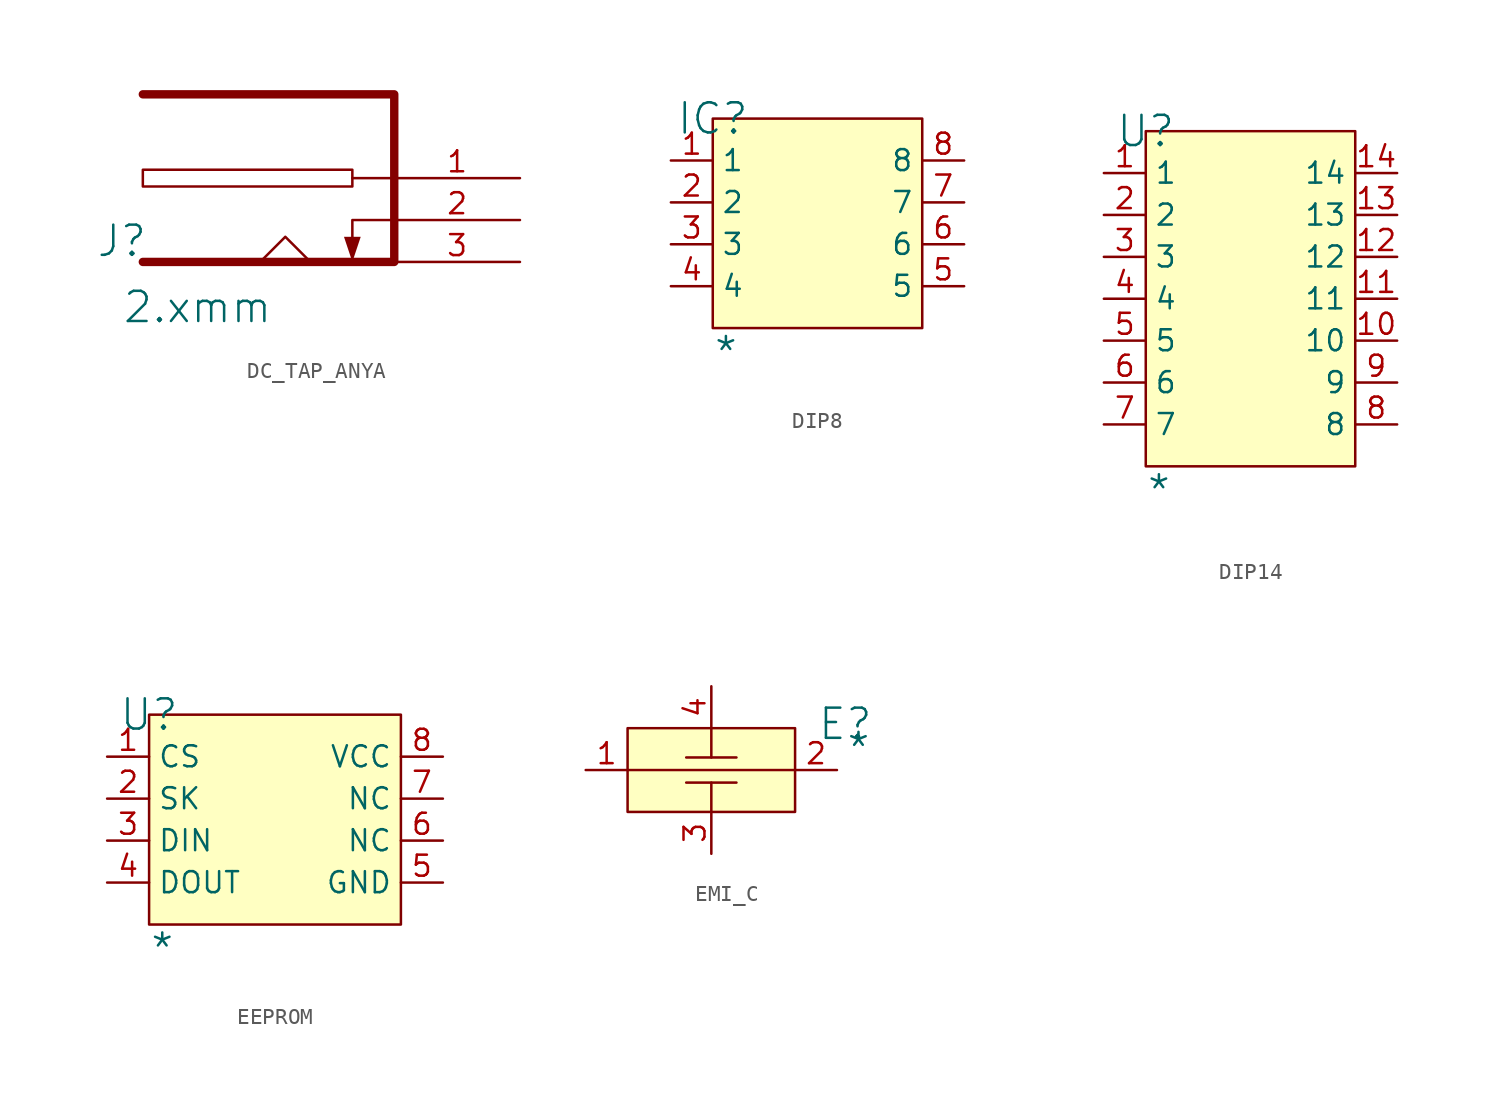
<source format=kicad_sym>
(kicad_symbol_lib
  (version 20241209)
  (generator "kicad_symbol_editor")
  (generator_version "9.0")
  (symbol "DC_TAP_ANYA"
    (pin_names
      (hide yes))
    (property "Reference" "J"
      (at -1.27 1.27 0)
      (effects (font (size 1.829 1.829))))
    (property "Value" "2.xmm"
      (at -1.27 -3.81 0)
      (effects (font (size 1.829 1.829)) (justify left bottom)))
    (symbol "DC_TAP_ANYA_1_0"
      (polyline (pts (xy 0 0) (xy 15.24 0) (xy 15.24 10.16) (xy 0 10.16)) (stroke (width 0.508) (type solid)) (fill (type none)))
      (polyline (pts (xy 10.16 0) (xy 8.636 1.524) (xy 7.112 0)) (stroke (width 0) (type solid)) (fill (type none)))
      (polyline (pts (xy 12.7 4.572) (xy 0 4.572) (xy 0 5.588) (xy 12.7 5.588) (xy 12.7 4.572)) (stroke (width 0) (type solid)) (fill (type none)))
      (polyline (pts (xy 12.7 0) (xy 13.208 1.524) (xy 12.192 1.524) (xy 12.7 0)) (stroke (width -0.0001) (type solid)) (fill (type outline)))
      (polyline (pts (xy 15.24 5.08) (xy 12.7 5.08)) (stroke (width 0) (type solid)) (fill (type none)))
      (polyline (pts (xy 15.24 2.54) (xy 12.7 2.54) (xy 12.7 0.508)) (stroke (width 0) (type solid)) (fill (type none)))
      (pin power_in line (at 22.86 5.08 180) (length 7.62) (name "9V" (effects (font (size 1.27 1.27)))) (number "1" (effects (font (size 1.27 1.27)))))
      (pin power_in line (at 22.86 2.54 180) (length 7.62) (name "GND" (effects (font (size 1.27 1.27)))) (number "2" (effects (font (size 1.27 1.27)))))
      (pin power_in line (at 22.86 0 180) (length 7.62) (name "GND" (effects (font (size 1.27 1.27)))) (number "3" (effects (font (size 1.27 1.27)))))))
  (symbol "DIP8"
    (property "Reference" "IC"
      (at 0 0 0)
      (effects (font (size 1.829 1.829))))
    (property "Value" "*"
      (at 0 -15.24 0)
      (effects (font (size 1.829 1.829)) (justify left bottom)))
    (symbol "DIP8_1_0"
      (rectangle (start 12.7 0) (end 0 -12.7) (stroke (width 0) (type solid) (color 128 0 0 1)) (fill (type background)))
      (pin passive line (at -2.54 -2.54 0) (length 2.54) (name "1" (effects (font (size 1.27 1.27)))) (number "1" (effects (font (size 1.27 1.27)))))
      (pin passive line (at -2.54 -5.08 0) (length 2.54) (name "2" (effects (font (size 1.27 1.27)))) (number "2" (effects (font (size 1.27 1.27)))))
      (pin passive line (at -2.54 -7.62 0) (length 2.54) (name "3" (effects (font (size 1.27 1.27)))) (number "3" (effects (font (size 1.27 1.27)))))
      (pin passive line (at -2.54 -10.16 0) (length 2.54) (name "4" (effects (font (size 1.27 1.27)))) (number "4" (effects (font (size 1.27 1.27)))))
      (pin passive line (at 15.24 -2.54 180) (length 2.54) (name "8" (effects (font (size 1.27 1.27)))) (number "8" (effects (font (size 1.27 1.27)))))
      (pin passive line (at 15.24 -5.08 180) (length 2.54) (name "7" (effects (font (size 1.27 1.27)))) (number "7" (effects (font (size 1.27 1.27)))))
      (pin passive line (at 15.24 -7.62 180) (length 2.54) (name "6" (effects (font (size 1.27 1.27)))) (number "6" (effects (font (size 1.27 1.27)))))
      (pin passive line (at 15.24 -10.16 180) (length 2.54) (name "5" (effects (font (size 1.27 1.27)))) (number "5" (effects (font (size 1.27 1.27)))))))
  (symbol "DIP14"
    (property "Reference" "U"
      (at 0 0 0)
      (effects (font (size 1.829 1.829))))
    (property "Value" "*"
      (at 0 -22.86 0)
      (effects (font (size 1.829 1.829)) (justify left bottom)))
    (symbol "DIP14_1_0"
      (rectangle (start 12.7 0) (end 0 -20.32) (stroke (width 0) (type solid) (color 128 0 0 1)) (fill (type background)))
      (pin passive line (at -2.54 -2.54 0) (length 2.54) (name "1" (effects (font (size 1.27 1.27)))) (number "1" (effects (font (size 1.27 1.27)))))
      (pin passive line (at -2.54 -5.08 0) (length 2.54) (name "2" (effects (font (size 1.27 1.27)))) (number "2" (effects (font (size 1.27 1.27)))))
      (pin passive line (at -2.54 -7.62 0) (length 2.54) (name "3" (effects (font (size 1.27 1.27)))) (number "3" (effects (font (size 1.27 1.27)))))
      (pin passive line (at -2.54 -10.16 0) (length 2.54) (name "4" (effects (font (size 1.27 1.27)))) (number "4" (effects (font (size 1.27 1.27)))))
      (pin passive line (at -2.54 -12.7 0) (length 2.54) (name "5" (effects (font (size 1.27 1.27)))) (number "5" (effects (font (size 1.27 1.27)))))
      (pin passive line (at -2.54 -15.24 0) (length 2.54) (name "6" (effects (font (size 1.27 1.27)))) (number "6" (effects (font (size 1.27 1.27)))))
      (pin passive line (at -2.54 -17.78 0) (length 2.54) (name "7" (effects (font (size 1.27 1.27)))) (number "7" (effects (font (size 1.27 1.27)))))
      (pin passive line (at 15.24 -2.54 180) (length 2.54) (name "14" (effects (font (size 1.27 1.27)))) (number "14" (effects (font (size 1.27 1.27)))))
      (pin passive line (at 15.24 -5.08 180) (length 2.54) (name "13" (effects (font (size 1.27 1.27)))) (number "13" (effects (font (size 1.27 1.27)))))
      (pin passive line (at 15.24 -7.62 180) (length 2.54) (name "12" (effects (font (size 1.27 1.27)))) (number "12" (effects (font (size 1.27 1.27)))))
      (pin passive line (at 15.24 -10.16 180) (length 2.54) (name "11" (effects (font (size 1.27 1.27)))) (number "11" (effects (font (size 1.27 1.27)))))
      (pin passive line (at 15.24 -12.7 180) (length 2.54) (name "10" (effects (font (size 1.27 1.27)))) (number "10" (effects (font (size 1.27 1.27)))))
      (pin passive line (at 15.24 -15.24 180) (length 2.54) (name "9" (effects (font (size 1.27 1.27)))) (number "9" (effects (font (size 1.27 1.27)))))
      (pin passive line (at 15.24 -17.78 180) (length 2.54) (name "8" (effects (font (size 1.27 1.27)))) (number "8" (effects (font (size 1.27 1.27)))))))
  (symbol "EEPROM"
    (property "Reference" "U"
      (at 0 0 0)
      (effects (font (size 1.829 1.829))))
    (property "Value" "*"
      (at 0 -15.24 0)
      (effects (font (size 1.829 1.829)) (justify left bottom)))
    (symbol "EEPROM_1_0"
      (rectangle (start 15.24 0) (end 0 -12.7) (stroke (width 0) (type solid) (color 128 0 0 1)) (fill (type background)))
      (pin passive line (at -2.54 -2.54 0) (length 2.54) (name "CS" (effects (font (size 1.27 1.27)))) (number "1" (effects (font (size 1.27 1.27)))))
      (pin passive line (at -2.54 -5.08 0) (length 2.54) (name "SK" (effects (font (size 1.27 1.27)))) (number "2" (effects (font (size 1.27 1.27)))))
      (pin passive line (at -2.54 -7.62 0) (length 2.54) (name "DIN" (effects (font (size 1.27 1.27)))) (number "3" (effects (font (size 1.27 1.27)))))
      (pin passive line (at -2.54 -10.16 0) (length 2.54) (name "DOUT" (effects (font (size 1.27 1.27)))) (number "4" (effects (font (size 1.27 1.27)))))
      (pin passive line (at 17.78 -2.54 180) (length 2.54) (name "VCC" (effects (font (size 1.27 1.27)))) (number "8" (effects (font (size 1.27 1.27)))))
      (pin passive line (at 17.78 -5.08 180) (length 2.54) (name "NC" (effects (font (size 1.27 1.27)))) (number "7" (effects (font (size 1.27 1.27)))))
      (pin passive line (at 17.78 -7.62 180) (length 2.54) (name "NC" (effects (font (size 1.27 1.27)))) (number "6" (effects (font (size 1.27 1.27)))))
      (pin passive line (at 17.78 -10.16 180) (length 2.54) (name "GND" (effects (font (size 1.27 1.27)))) (number "5" (effects (font (size 1.27 1.27)))))))
  (symbol "EMI_C"
    (pin_names
      (hide yes))
    (property "Reference" "E"
      (at 13.208 0.254 0)
      (effects (font (size 1.829 1.829))))
    (property "Value" "*"
      (at 13.208 -2.286 0)
      (effects (font (size 1.829 1.829)) (justify left bottom)))
    (symbol "EMI_C_1_0"
      (polyline (pts (xy 0 -2.54) (xy 10.16 -2.54)) (stroke (width 0) (type solid)) (fill (type none)))
      (polyline (pts (xy 3.556 -1.778) (xy 6.604 -1.778)) (stroke (width 0) (type solid)) (fill (type none)))
      (polyline (pts (xy 3.556 -3.302) (xy 6.604 -3.302)) (stroke (width 0) (type solid)) (fill (type none)))
      (polyline (pts (xy 5.08 0) (xy 5.08 -1.778)) (stroke (width 0) (type solid)) (fill (type none)))
      (polyline (pts (xy 5.08 -3.302) (xy 5.08 -5.08)) (stroke (width 0) (type solid)) (fill (type none)))
      (rectangle (start 10.16 0) (end 0 -5.08) (stroke (width 0) (type solid) (color 128 0 0 1)) (fill (type background)))
      (pin passive line (at -2.54 -2.54 0) (length 2.54) (name "in" (effects (font (size 1.27 1.27)))) (number "1" (effects (font (size 1.27 1.27)))))
      (pin passive line (at 5.08 2.54 270) (length 2.54) (name "GND" (effects (font (size 1.27 1.27)))) (number "4" (effects (font (size 1.27 1.27)))))
      (pin passive line (at 5.08 -7.62 90) (length 2.54) (name "GND" (effects (font (size 1.27 1.27)))) (number "3" (effects (font (size 1.27 1.27)))))
      (pin passive line (at 12.7 -2.54 180) (length 2.54) (name "out" (effects (font (size 1.27 1.27)))) (number "2" (effects (font (size 1.27 1.27))))))))
</source>
